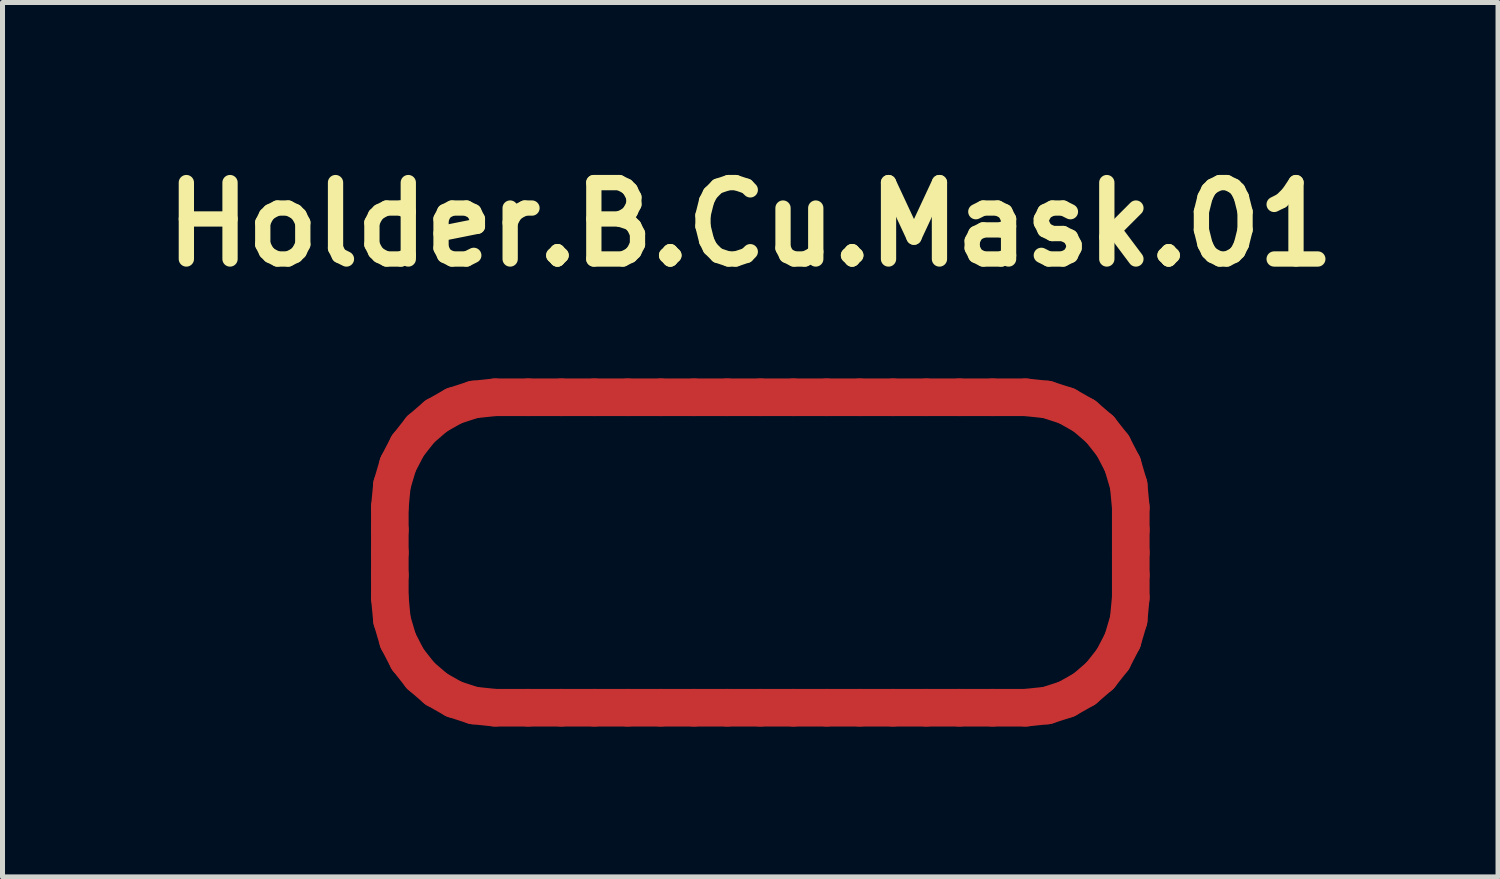
<source format=kicad_pcb>
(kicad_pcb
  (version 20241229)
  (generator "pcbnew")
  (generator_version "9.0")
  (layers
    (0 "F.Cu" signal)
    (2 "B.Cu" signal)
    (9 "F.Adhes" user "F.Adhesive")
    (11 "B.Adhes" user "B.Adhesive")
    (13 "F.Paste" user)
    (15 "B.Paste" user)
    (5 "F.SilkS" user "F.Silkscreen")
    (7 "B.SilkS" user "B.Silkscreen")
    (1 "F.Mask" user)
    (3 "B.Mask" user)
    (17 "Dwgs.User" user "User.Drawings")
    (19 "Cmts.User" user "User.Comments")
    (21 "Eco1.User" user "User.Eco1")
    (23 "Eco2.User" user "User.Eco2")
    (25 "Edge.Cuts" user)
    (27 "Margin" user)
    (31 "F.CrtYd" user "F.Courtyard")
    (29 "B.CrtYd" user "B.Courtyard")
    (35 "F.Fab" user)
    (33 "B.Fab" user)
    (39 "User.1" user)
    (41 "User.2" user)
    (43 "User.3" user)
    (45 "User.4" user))
  (footprint "Holder.B.Cu.Mask.01"
    (layer "F.Cu")
    (at 11.916 7.771)
    (property "Reference" "Holder.B.Cu.Mask.01" (at 0 -6.344 0) (layer "F.SilkS") (effects (font (size 1.524 1.524) (thickness 0.305))))
    (attr smd)
    (fp_line (start -7.19 -0.701) (end -7.148 -1.144) (stroke (width 0.75) (type solid)) (layer "F.Cu"))
    (fp_line (start -7.19 -0.25) (end -7.19 -0.701) (stroke (width 0.75) (type solid)) (layer "F.Cu"))
    (fp_line (start -7.19 0.2) (end -7.19 -0.25) (stroke (width 0.75) (type solid)) (layer "F.Cu"))
    (fp_line (start -7.19 0.65) (end -7.19 0.2) (stroke (width 0.75) (type solid)) (layer "F.Cu"))
    (fp_line (start -7.19 1.101) (end -7.19 0.65) (stroke (width 0.75) (type solid)) (layer "F.Cu"))
    (fp_line (start -7.148 -1.144) (end -7.026 -1.557) (stroke (width 0.75) (type solid)) (layer "F.Cu"))
    (fp_line (start -7.148 1.544) (end -7.19 1.101) (stroke (width 0.75) (type solid)) (layer "F.Cu"))
    (fp_line (start -7.026 -1.557) (end -6.833 -1.93) (stroke (width 0.75) (type solid)) (layer "F.Cu"))
    (fp_line (start -7.026 1.957) (end -7.148 1.544) (stroke (width 0.75) (type solid)) (layer "F.Cu"))
    (fp_line (start -6.833 -1.93) (end -6.577 -2.255) (stroke (width 0.75) (type solid)) (layer "F.Cu"))
    (fp_line (start -6.833 2.33) (end -7.026 1.957) (stroke (width 0.75) (type solid)) (layer "F.Cu"))
    (fp_line (start -6.577 -2.255) (end -6.267 -2.522) (stroke (width 0.75) (type solid)) (layer "F.Cu"))
    (fp_line (start -6.577 2.655) (end -6.833 2.33) (stroke (width 0.75) (type solid)) (layer "F.Cu"))
    (fp_line (start -6.267 -2.522) (end -5.911 -2.724) (stroke (width 0.75) (type solid)) (layer "F.Cu"))
    (fp_line (start -6.267 2.922) (end -6.577 2.655) (stroke (width 0.75) (type solid)) (layer "F.Cu"))
    (fp_line (start -5.911 -2.724) (end -5.517 -2.852) (stroke (width 0.75) (type solid)) (layer "F.Cu"))
    (fp_line (start -5.911 3.124) (end -6.267 2.922) (stroke (width 0.75) (type solid)) (layer "F.Cu"))
    (fp_line (start -5.517 -2.852) (end -5.094 -2.896) (stroke (width 0.75) (type solid)) (layer "F.Cu"))
    (fp_line (start -5.517 3.252) (end -5.911 3.124) (stroke (width 0.75) (type solid)) (layer "F.Cu"))
    (fp_line (start -5.094 -2.896) (end -4.432 -2.896) (stroke (width 0.75) (type solid)) (layer "F.Cu"))
    (fp_line (start -5.094 3.296) (end -5.517 3.252) (stroke (width 0.75) (type solid)) (layer "F.Cu"))
    (fp_line (start -4.432 -2.896) (end -3.77 -2.896) (stroke (width 0.75) (type solid)) (layer "F.Cu"))
    (fp_line (start -4.432 3.296) (end -5.094 3.296) (stroke (width 0.75) (type solid)) (layer "F.Cu"))
    (fp_line (start -3.77 -2.896) (end -3.109 -2.896) (stroke (width 0.75) (type solid)) (layer "F.Cu"))
    (fp_line (start -3.77 3.296) (end -4.432 3.296) (stroke (width 0.75) (type solid)) (layer "F.Cu"))
    (fp_line (start -3.109 -2.896) (end -2.447 -2.896) (stroke (width 0.75) (type solid)) (layer "F.Cu"))
    (fp_line (start -3.109 3.296) (end -3.77 3.296) (stroke (width 0.75) (type solid)) (layer "F.Cu"))
    (fp_line (start -2.447 -2.896) (end -1.785 -2.896) (stroke (width 0.75) (type solid)) (layer "F.Cu"))
    (fp_line (start -2.447 3.296) (end -3.109 3.296) (stroke (width 0.75) (type solid)) (layer "F.Cu"))
    (fp_line (start -1.785 -2.896) (end -1.124 -2.896) (stroke (width 0.75) (type solid)) (layer "F.Cu"))
    (fp_line (start -1.785 3.296) (end -2.447 3.296) (stroke (width 0.75) (type solid)) (layer "F.Cu"))
    (fp_line (start -1.124 -2.896) (end -0.462 -2.896) (stroke (width 0.75) (type solid)) (layer "F.Cu"))
    (fp_line (start -1.123 3.296) (end -1.785 3.296) (stroke (width 0.75) (type solid)) (layer "F.Cu"))
    (fp_line (start -0.462 -2.896) (end 0.2 -2.896) (stroke (width 0.75) (type solid)) (layer "F.Cu"))
    (fp_line (start -0.462 3.296) (end -1.123 3.296) (stroke (width 0.75) (type solid)) (layer "F.Cu"))
    (fp_line (start 0.2 -2.896) (end 0.862 -2.896) (stroke (width 0.75) (type solid)) (layer "F.Cu"))
    (fp_line (start 0.2 3.296) (end -0.462 3.296) (stroke (width 0.75) (type solid)) (layer "F.Cu"))
    (fp_line (start 0.862 -2.896) (end 1.523 -2.896) (stroke (width 0.75) (type solid)) (layer "F.Cu"))
    (fp_line (start 0.862 3.296) (end 0.2 3.296) (stroke (width 0.75) (type solid)) (layer "F.Cu"))
    (fp_line (start 1.523 -2.896) (end 2.185 -2.896) (stroke (width 0.75) (type solid)) (layer "F.Cu"))
    (fp_line (start 1.524 3.296) (end 0.862 3.296) (stroke (width 0.75) (type solid)) (layer "F.Cu"))
    (fp_line (start 2.185 -2.896) (end 2.847 -2.896) (stroke (width 0.75) (type solid)) (layer "F.Cu"))
    (fp_line (start 2.185 3.296) (end 1.524 3.296) (stroke (width 0.75) (type solid)) (layer "F.Cu"))
    (fp_line (start 2.847 -2.896) (end 3.509 -2.896) (stroke (width 0.75) (type solid)) (layer "F.Cu"))
    (fp_line (start 2.847 3.296) (end 2.185 3.296) (stroke (width 0.75) (type solid)) (layer "F.Cu"))
    (fp_line (start 3.509 -2.896) (end 4.17 -2.896) (stroke (width 0.75) (type solid)) (layer "F.Cu"))
    (fp_line (start 3.509 3.296) (end 2.847 3.296) (stroke (width 0.75) (type solid)) (layer "F.Cu"))
    (fp_line (start 4.17 -2.896) (end 4.832 -2.896) (stroke (width 0.75) (type solid)) (layer "F.Cu"))
    (fp_line (start 4.17 3.296) (end 3.509 3.296) (stroke (width 0.75) (type solid)) (layer "F.Cu"))
    (fp_line (start 4.832 -2.896) (end 5.494 -2.896) (stroke (width 0.75) (type solid)) (layer "F.Cu"))
    (fp_line (start 4.832 3.296) (end 4.17 3.296) (stroke (width 0.75) (type solid)) (layer "F.Cu"))
    (fp_line (start 5.494 -2.896) (end 5.917 -2.852) (stroke (width 0.75) (type solid)) (layer "F.Cu"))
    (fp_line (start 5.494 3.296) (end 4.832 3.296) (stroke (width 0.75) (type solid)) (layer "F.Cu"))
    (fp_line (start 5.917 -2.852) (end 6.311 -2.724) (stroke (width 0.75) (type solid)) (layer "F.Cu"))
    (fp_line (start 5.917 3.252) (end 5.494 3.296) (stroke (width 0.75) (type solid)) (layer "F.Cu"))
    (fp_line (start 6.311 -2.724) (end 6.667 -2.522) (stroke (width 0.75) (type solid)) (layer "F.Cu"))
    (fp_line (start 6.311 3.124) (end 5.917 3.252) (stroke (width 0.75) (type solid)) (layer "F.Cu"))
    (fp_line (start 6.667 -2.522) (end 6.977 -2.255) (stroke (width 0.75) (type solid)) (layer "F.Cu"))
    (fp_line (start 6.667 2.922) (end 6.311 3.124) (stroke (width 0.75) (type solid)) (layer "F.Cu"))
    (fp_line (start 6.977 -2.255) (end 7.233 -1.93) (stroke (width 0.75) (type solid)) (layer "F.Cu"))
    (fp_line (start 6.977 2.655) (end 6.667 2.922) (stroke (width 0.75) (type solid)) (layer "F.Cu"))
    (fp_line (start 7.233 -1.93) (end 7.426 -1.557) (stroke (width 0.75) (type solid)) (layer "F.Cu"))
    (fp_line (start 7.233 2.33) (end 6.977 2.655) (stroke (width 0.75) (type solid)) (layer "F.Cu"))
    (fp_line (start 7.426 -1.557) (end 7.548 -1.144) (stroke (width 0.75) (type solid)) (layer "F.Cu"))
    (fp_line (start 7.426 1.957) (end 7.233 2.33) (stroke (width 0.75) (type solid)) (layer "F.Cu"))
    (fp_line (start 7.548 -1.144) (end 7.59 -0.701) (stroke (width 0.75) (type solid)) (layer "F.Cu"))
    (fp_line (start 7.548 1.544) (end 7.426 1.957) (stroke (width 0.75) (type solid)) (layer "F.Cu"))
    (fp_line (start 7.59 -0.701) (end 7.59 -0.25) (stroke (width 0.75) (type solid)) (layer "F.Cu"))
    (fp_line (start 7.59 -0.25) (end 7.59 0.2) (stroke (width 0.75) (type solid)) (layer "F.Cu"))
    (fp_line (start 7.59 0.2) (end 7.59 0.65) (stroke (width 0.75) (type solid)) (layer "F.Cu"))
    (fp_line (start 7.59 0.65) (end 7.59 1.101) (stroke (width 0.75) (type solid)) (layer "F.Cu"))
    (fp_line (start 7.59 1.101) (end 7.548 1.544) (stroke (width 0.75) (type solid)) (layer "F.Cu"))
    (fp_line (start -7.19 -0.701) (end -7.148 -1.144) (stroke (width 0.75) (type solid)) (layer "F.Mask"))
    (fp_line (start -7.19 -0.25) (end -7.19 -0.701) (stroke (width 0.75) (type solid)) (layer "F.Mask"))
    (fp_line (start -7.19 0.2) (end -7.19 -0.25) (stroke (width 0.75) (type solid)) (layer "F.Mask"))
    (fp_line (start -7.19 0.65) (end -7.19 0.2) (stroke (width 0.75) (type solid)) (layer "F.Mask"))
    (fp_line (start -7.19 1.101) (end -7.19 0.65) (stroke (width 0.75) (type solid)) (layer "F.Mask"))
    (fp_line (start -7.148 -1.144) (end -7.026 -1.557) (stroke (width 0.75) (type solid)) (layer "F.Mask"))
    (fp_line (start -7.148 1.544) (end -7.19 1.101) (stroke (width 0.75) (type solid)) (layer "F.Mask"))
    (fp_line (start -7.026 -1.557) (end -6.833 -1.93) (stroke (width 0.75) (type solid)) (layer "F.Mask"))
    (fp_line (start -7.026 1.957) (end -7.148 1.544) (stroke (width 0.75) (type solid)) (layer "F.Mask"))
    (fp_line (start -6.833 -1.93) (end -6.577 -2.255) (stroke (width 0.75) (type solid)) (layer "F.Mask"))
    (fp_line (start -6.833 2.33) (end -7.026 1.957) (stroke (width 0.75) (type solid)) (layer "F.Mask"))
    (fp_line (start -6.577 -2.255) (end -6.267 -2.522) (stroke (width 0.75) (type solid)) (layer "F.Mask"))
    (fp_line (start -6.577 2.655) (end -6.833 2.33) (stroke (width 0.75) (type solid)) (layer "F.Mask"))
    (fp_line (start -6.267 -2.522) (end -5.911 -2.724) (stroke (width 0.75) (type solid)) (layer "F.Mask"))
    (fp_line (start -6.267 2.922) (end -6.577 2.655) (stroke (width 0.75) (type solid)) (layer "F.Mask"))
    (fp_line (start -5.911 -2.724) (end -5.517 -2.852) (stroke (width 0.75) (type solid)) (layer "F.Mask"))
    (fp_line (start -5.911 3.124) (end -6.267 2.922) (stroke (width 0.75) (type solid)) (layer "F.Mask"))
    (fp_line (start -5.517 -2.852) (end -5.094 -2.896) (stroke (width 0.75) (type solid)) (layer "F.Mask"))
    (fp_line (start -5.517 3.252) (end -5.911 3.124) (stroke (width 0.75) (type solid)) (layer "F.Mask"))
    (fp_line (start -5.094 -2.896) (end -4.432 -2.896) (stroke (width 0.75) (type solid)) (layer "F.Mask"))
    (fp_line (start -5.094 3.296) (end -5.517 3.252) (stroke (width 0.75) (type solid)) (layer "F.Mask"))
    (fp_line (start -4.432 -2.896) (end -3.77 -2.896) (stroke (width 0.75) (type solid)) (layer "F.Mask"))
    (fp_line (start -4.432 3.296) (end -5.094 3.296) (stroke (width 0.75) (type solid)) (layer "F.Mask"))
    (fp_line (start -3.77 -2.896) (end -3.109 -2.896) (stroke (width 0.75) (type solid)) (layer "F.Mask"))
    (fp_line (start -3.77 3.296) (end -4.432 3.296) (stroke (width 0.75) (type solid)) (layer "F.Mask"))
    (fp_line (start -3.109 -2.896) (end -2.447 -2.896) (stroke (width 0.75) (type solid)) (layer "F.Mask"))
    (fp_line (start -3.109 3.296) (end -3.77 3.296) (stroke (width 0.75) (type solid)) (layer "F.Mask"))
    (fp_line (start -2.447 -2.896) (end -1.785 -2.896) (stroke (width 0.75) (type solid)) (layer "F.Mask"))
    (fp_line (start -2.447 3.296) (end -3.109 3.296) (stroke (width 0.75) (type solid)) (layer "F.Mask"))
    (fp_line (start -1.785 -2.896) (end -1.124 -2.896) (stroke (width 0.75) (type solid)) (layer "F.Mask"))
    (fp_line (start -1.785 3.296) (end -2.447 3.296) (stroke (width 0.75) (type solid)) (layer "F.Mask"))
    (fp_line (start -1.124 -2.896) (end -0.462 -2.896) (stroke (width 0.75) (type solid)) (layer "F.Mask"))
    (fp_line (start -1.123 3.296) (end -1.785 3.296) (stroke (width 0.75) (type solid)) (layer "F.Mask"))
    (fp_line (start -0.462 -2.896) (end 0.2 -2.896) (stroke (width 0.75) (type solid)) (layer "F.Mask"))
    (fp_line (start -0.462 3.296) (end -1.123 3.296) (stroke (width 0.75) (type solid)) (layer "F.Mask"))
    (fp_line (start 0.2 -2.896) (end 0.862 -2.896) (stroke (width 0.75) (type solid)) (layer "F.Mask"))
    (fp_line (start 0.2 3.296) (end -0.462 3.296) (stroke (width 0.75) (type solid)) (layer "F.Mask"))
    (fp_line (start 0.862 -2.896) (end 1.523 -2.896) (stroke (width 0.75) (type solid)) (layer "F.Mask"))
    (fp_line (start 0.862 3.296) (end 0.2 3.296) (stroke (width 0.75) (type solid)) (layer "F.Mask"))
    (fp_line (start 1.523 -2.896) (end 2.185 -2.896) (stroke (width 0.75) (type solid)) (layer "F.Mask"))
    (fp_line (start 1.524 3.296) (end 0.862 3.296) (stroke (width 0.75) (type solid)) (layer "F.Mask"))
    (fp_line (start 2.185 -2.896) (end 2.847 -2.896) (stroke (width 0.75) (type solid)) (layer "F.Mask"))
    (fp_line (start 2.185 3.296) (end 1.524 3.296) (stroke (width 0.75) (type solid)) (layer "F.Mask"))
    (fp_line (start 2.847 -2.896) (end 3.509 -2.896) (stroke (width 0.75) (type solid)) (layer "F.Mask"))
    (fp_line (start 2.847 3.296) (end 2.185 3.296) (stroke (width 0.75) (type solid)) (layer "F.Mask"))
    (fp_line (start 3.509 -2.896) (end 4.17 -2.896) (stroke (width 0.75) (type solid)) (layer "F.Mask"))
    (fp_line (start 3.509 3.296) (end 2.847 3.296) (stroke (width 0.75) (type solid)) (layer "F.Mask"))
    (fp_line (start 4.17 -2.896) (end 4.832 -2.896) (stroke (width 0.75) (type solid)) (layer "F.Mask"))
    (fp_line (start 4.17 3.296) (end 3.509 3.296) (stroke (width 0.75) (type solid)) (layer "F.Mask"))
    (fp_line (start 4.832 -2.896) (end 5.494 -2.896) (stroke (width 0.75) (type solid)) (layer "F.Mask"))
    (fp_line (start 4.832 3.296) (end 4.17 3.296) (stroke (width 0.75) (type solid)) (layer "F.Mask"))
    (fp_line (start 5.494 -2.896) (end 5.917 -2.852) (stroke (width 0.75) (type solid)) (layer "F.Mask"))
    (fp_line (start 5.494 3.296) (end 4.832 3.296) (stroke (width 0.75) (type solid)) (layer "F.Mask"))
    (fp_line (start 5.917 -2.852) (end 6.311 -2.724) (stroke (width 0.75) (type solid)) (layer "F.Mask"))
    (fp_line (start 5.917 3.252) (end 5.494 3.296) (stroke (width 0.75) (type solid)) (layer "F.Mask"))
    (fp_line (start 6.311 -2.724) (end 6.667 -2.522) (stroke (width 0.75) (type solid)) (layer "F.Mask"))
    (fp_line (start 6.311 3.124) (end 5.917 3.252) (stroke (width 0.75) (type solid)) (layer "F.Mask"))
    (fp_line (start 6.667 -2.522) (end 6.977 -2.255) (stroke (width 0.75) (type solid)) (layer "F.Mask"))
    (fp_line (start 6.667 2.922) (end 6.311 3.124) (stroke (width 0.75) (type solid)) (layer "F.Mask"))
    (fp_line (start 6.977 -2.255) (end 7.233 -1.93) (stroke (width 0.75) (type solid)) (layer "F.Mask"))
    (fp_line (start 6.977 2.655) (end 6.667 2.922) (stroke (width 0.75) (type solid)) (layer "F.Mask"))
    (fp_line (start 7.233 -1.93) (end 7.426 -1.557) (stroke (width 0.75) (type solid)) (layer "F.Mask"))
    (fp_line (start 7.233 2.33) (end 6.977 2.655) (stroke (width 0.75) (type solid)) (layer "F.Mask"))
    (fp_line (start 7.426 -1.557) (end 7.548 -1.144) (stroke (width 0.75) (type solid)) (layer "F.Mask"))
    (fp_line (start 7.426 1.957) (end 7.233 2.33) (stroke (width 0.75) (type solid)) (layer "F.Mask"))
    (fp_line (start 7.548 -1.144) (end 7.59 -0.701) (stroke (width 0.75) (type solid)) (layer "F.Mask"))
    (fp_line (start 7.548 1.544) (end 7.426 1.957) (stroke (width 0.75) (type solid)) (layer "F.Mask"))
    (fp_line (start 7.59 -0.701) (end 7.59 -0.25) (stroke (width 0.75) (type solid)) (layer "F.Mask"))
    (fp_line (start 7.59 -0.25) (end 7.59 0.2) (stroke (width 0.75) (type solid)) (layer "F.Mask"))
    (fp_line (start 7.59 0.2) (end 7.59 0.65) (stroke (width 0.75) (type solid)) (layer "F.Mask"))
    (fp_line (start 7.59 0.65) (end 7.59 1.101) (stroke (width 0.75) (type solid)) (layer "F.Mask"))
    (fp_line (start 7.59 1.101) (end 7.548 1.544) (stroke (width 0.75) (type solid)) (layer "F.Mask")))
  (gr_rect
    (start -3 -3)
    (end 26.832 14.442)
    (stroke (width 0.1) (type default))
    (fill no)
    (layer "Edge.Cuts")))
</source>
